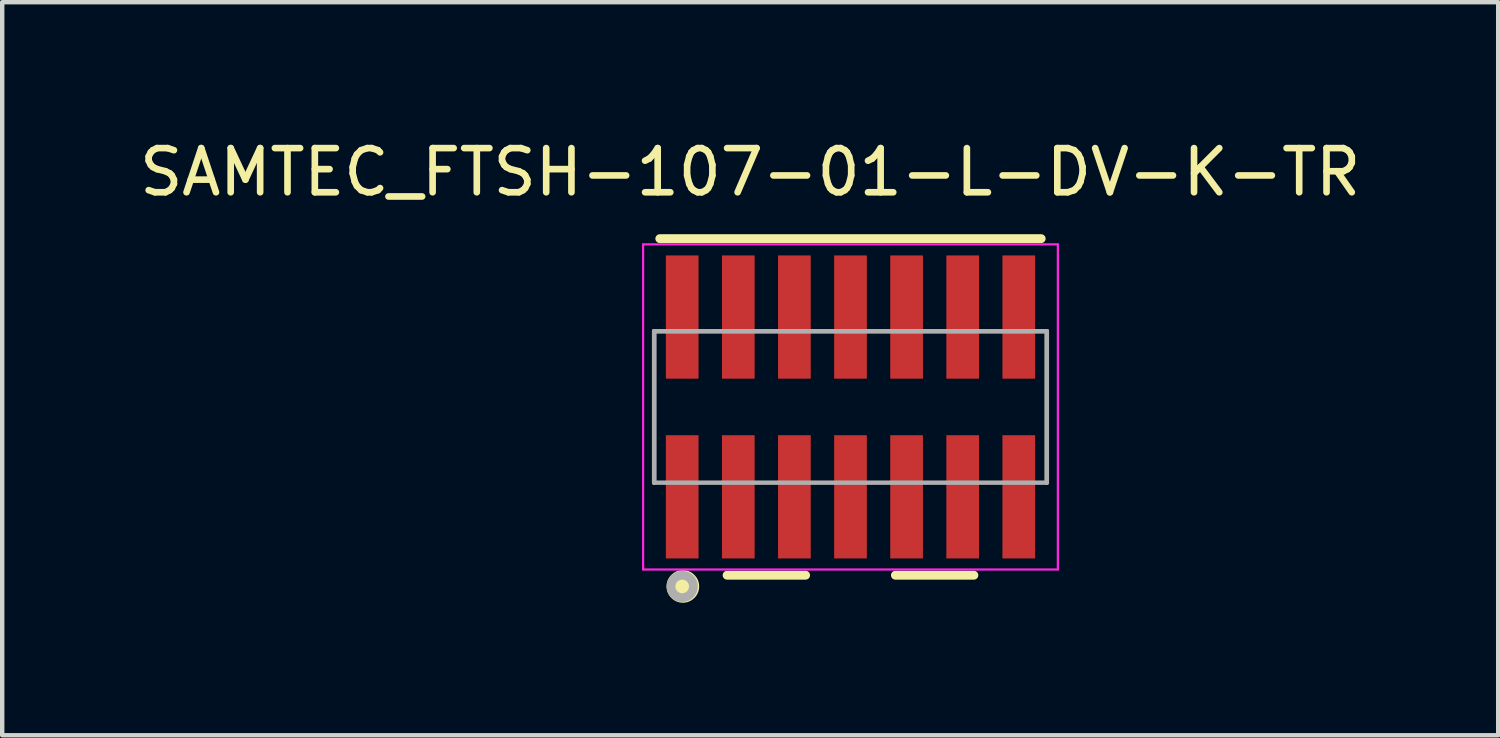
<source format=kicad_pcb>
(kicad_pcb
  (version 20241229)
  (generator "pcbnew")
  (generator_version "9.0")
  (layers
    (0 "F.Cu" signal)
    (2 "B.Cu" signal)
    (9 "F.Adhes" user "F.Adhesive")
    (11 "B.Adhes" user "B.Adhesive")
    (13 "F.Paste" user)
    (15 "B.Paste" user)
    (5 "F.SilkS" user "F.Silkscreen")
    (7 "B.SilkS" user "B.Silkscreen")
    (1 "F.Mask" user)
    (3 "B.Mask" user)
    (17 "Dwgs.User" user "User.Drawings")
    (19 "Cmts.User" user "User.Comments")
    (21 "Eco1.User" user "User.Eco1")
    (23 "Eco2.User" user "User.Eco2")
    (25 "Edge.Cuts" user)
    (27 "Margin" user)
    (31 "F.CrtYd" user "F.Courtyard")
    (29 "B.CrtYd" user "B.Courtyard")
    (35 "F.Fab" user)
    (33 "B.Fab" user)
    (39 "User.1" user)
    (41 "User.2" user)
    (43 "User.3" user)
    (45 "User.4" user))
  (footprint "SAMTEC_FTSH-107-01-L-DV-K-TR"
    (layer "F.Cu")
    (at 16.205 6.163)
    (property "Reference" "SAMTEC_FTSH-107-01-L-DV-K-TR" (at -2.27 -5.315 0) (layer "F.SilkS") (effects (font (size 1 1) (thickness 0.15))))
    (attr through_hole)
    (fp_line (start -4.318 -3.81) (end 4.318 -3.81) (stroke (width 0.2) (type solid)) (layer "F.SilkS"))
    (fp_line (start -2.794 3.81) (end -1.016 3.81) (stroke (width 0.2) (type solid)) (layer "F.SilkS"))
    (fp_line (start 1.016 3.81) (end 2.794 3.81) (stroke (width 0.2) (type solid)) (layer "F.SilkS"))
    (fp_circle (center -3.795 4.064) (end -3.526 4.064) (stroke (width 0.2) (type solid)) (fill yes) (layer "F.SilkS"))
    (fp_line (start -4.695 -3.68) (end 4.695 -3.68) (stroke (width 0.05) (type solid)) (layer "F.CrtYd"))
    (fp_line (start -4.695 3.68) (end -4.695 -3.68) (stroke (width 0.05) (type solid)) (layer "F.CrtYd"))
    (fp_line (start 4.695 -3.68) (end 4.695 3.68) (stroke (width 0.05) (type solid)) (layer "F.CrtYd"))
    (fp_line (start 4.695 3.68) (end -4.695 3.68) (stroke (width 0.05) (type solid)) (layer "F.CrtYd"))
    (fp_line (start -4.445 -1.715) (end 4.445 -1.715) (stroke (width 0.1) (type solid)) (layer "F.Fab"))
    (fp_line (start -4.445 -1.715) (end 4.445 -1.715) (stroke (width 0.1) (type solid)) (layer "F.Fab"))
    (fp_line (start -4.445 1.715) (end -4.445 -1.715) (stroke (width 0.1) (type solid)) (layer "F.Fab"))
    (fp_line (start -4.445 1.715) (end -4.445 -1.715) (stroke (width 0.1) (type solid)) (layer "F.Fab"))
    (fp_line (start 4.445 -1.715) (end 4.445 1.715) (stroke (width 0.1) (type solid)) (layer "F.Fab"))
    (fp_line (start 4.445 -1.715) (end 4.445 1.715) (stroke (width 0.1) (type solid)) (layer "F.Fab"))
    (fp_line (start 4.445 1.715) (end -4.445 1.715) (stroke (width 0.1) (type solid)) (layer "F.Fab"))
    (fp_circle (center -3.81 4.064) (end -3.556 4.064) (stroke (width 0.2) (type solid)) (fill no) (layer "F.Fab"))
    (pad "1" smd rect (at -3.81 2.035) (size 0.74 2.79) (layers "F.Cu" "F.Mask" "F.Paste"))
    (pad "2" smd rect (at -3.81 -2.035) (size 0.74 2.79) (layers "F.Cu" "F.Mask" "F.Paste"))
    (pad "3" smd rect (at -2.54 2.035) (size 0.74 2.79) (layers "F.Cu" "F.Mask" "F.Paste"))
    (pad "4" smd rect (at -2.54 -2.035) (size 0.74 2.79) (layers "F.Cu" "F.Mask" "F.Paste"))
    (pad "5" smd rect (at -1.27 2.035) (size 0.74 2.79) (layers "F.Cu" "F.Mask" "F.Paste"))
    (pad "6" smd rect (at -1.27 -2.035) (size 0.74 2.79) (layers "F.Cu" "F.Mask" "F.Paste"))
    (pad "7" smd rect (at 0 2.035) (size 0.74 2.79) (layers "F.Cu" "F.Mask" "F.Paste"))
    (pad "8" smd rect (at 0 -2.035) (size 0.74 2.79) (layers "F.Cu" "F.Mask" "F.Paste"))
    (pad "9" smd rect (at 1.27 2.035) (size 0.74 2.79) (layers "F.Cu" "F.Mask" "F.Paste"))
    (pad "10" smd rect (at 1.27 -2.035) (size 0.74 2.79) (layers "F.Cu" "F.Mask" "F.Paste"))
    (pad "11" smd rect (at 2.54 2.035) (size 0.74 2.79) (layers "F.Cu" "F.Mask" "F.Paste"))
    (pad "12" smd rect (at 2.54 -2.035) (size 0.74 2.79) (layers "F.Cu" "F.Mask" "F.Paste"))
    (pad "13" smd rect (at 3.81 2.035) (size 0.74 2.79) (layers "F.Cu" "F.Mask" "F.Paste"))
    (pad "14" smd rect (at 3.81 -2.035) (size 0.74 2.79) (layers "F.Cu" "F.Mask" "F.Paste")))
  (gr_rect
    (start -3 -3)
    (end 30.869 13.596)
    (stroke (width 0.1) (type default))
    (fill no)
    (layer "Edge.Cuts")))
</source>
